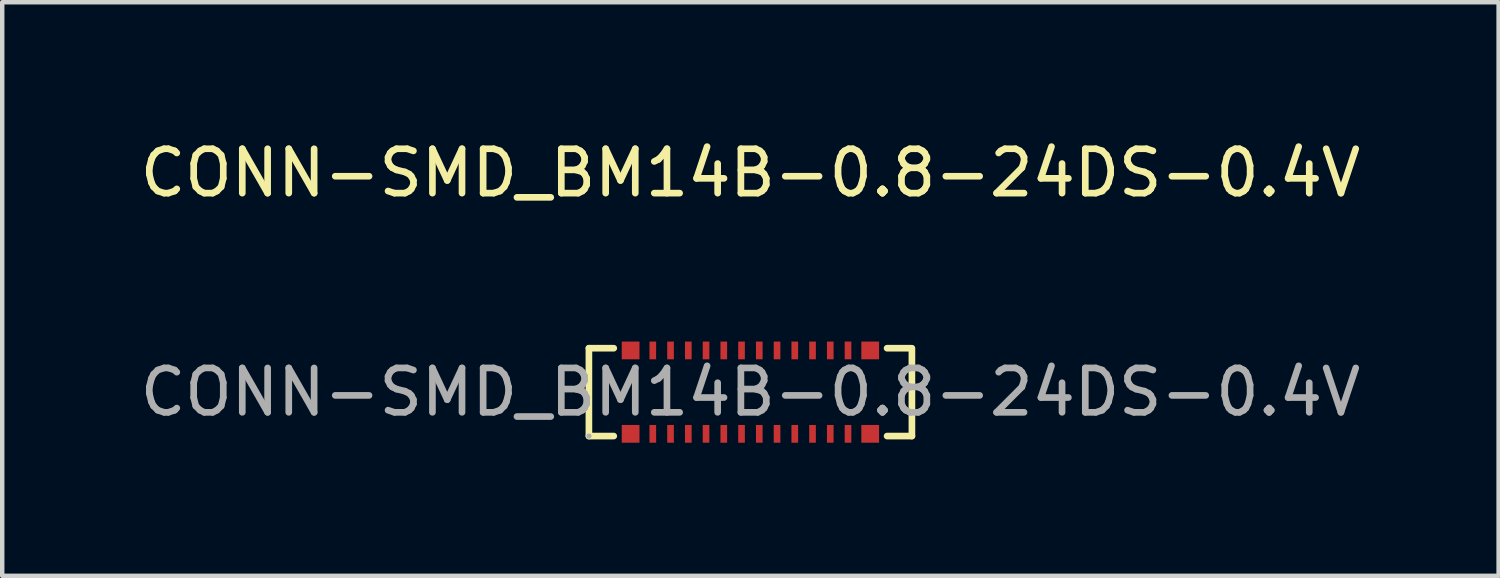
<source format=kicad_pcb>
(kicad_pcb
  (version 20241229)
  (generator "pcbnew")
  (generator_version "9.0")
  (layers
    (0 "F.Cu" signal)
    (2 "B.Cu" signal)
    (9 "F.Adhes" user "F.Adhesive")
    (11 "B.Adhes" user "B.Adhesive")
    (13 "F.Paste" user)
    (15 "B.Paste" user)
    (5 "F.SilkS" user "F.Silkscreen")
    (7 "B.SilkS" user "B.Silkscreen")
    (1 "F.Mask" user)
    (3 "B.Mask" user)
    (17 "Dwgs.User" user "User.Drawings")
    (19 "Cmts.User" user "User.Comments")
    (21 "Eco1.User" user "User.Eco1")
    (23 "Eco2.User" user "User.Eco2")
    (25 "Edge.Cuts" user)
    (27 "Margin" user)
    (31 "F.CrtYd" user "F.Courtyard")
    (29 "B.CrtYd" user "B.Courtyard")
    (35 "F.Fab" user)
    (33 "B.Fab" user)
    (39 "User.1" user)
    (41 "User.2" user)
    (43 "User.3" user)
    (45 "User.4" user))
  (footprint "CONN-SMD_BM14B-0.8-24DS-0.4V"
    (layer "F.Cu")
    (at 13.863 5.788)
    (property "Reference" "CONN-SMD_BM14B-0.8-24DS-0.4V" (at 0 -4.94 0) (layer "F.SilkS") (effects (font (size 1 1) (thickness 0.15))))
    (attr smd)
    (fp_line (start -3.64 -0.99) (end -3.08 -0.99) (stroke (width 0.15) (type solid)) (layer "F.SilkS"))
    (fp_line (start -3.64 0.99) (end -3.64 -0.99) (stroke (width 0.15) (type solid)) (layer "F.SilkS"))
    (fp_line (start -3.08 0.99) (end -3.64 0.99) (stroke (width 0.15) (type solid)) (layer "F.SilkS"))
    (fp_line (start 3.08 -0.99) (end 3.62 -0.99) (stroke (width 0.15) (type solid)) (layer "F.SilkS"))
    (fp_line (start 3.64 -0.99) (end 3.64 0.99) (stroke (width 0.15) (type solid)) (layer "F.SilkS"))
    (fp_line (start 3.64 0.99) (end 3.08 0.99) (stroke (width 0.15) (type solid)) (layer "F.SilkS"))
    (fp_circle (center -3.64 0.99) (end -3.61 0.99) (stroke (width 0.06) (type solid)) (fill no) (layer "F.Fab"))
    (fp_text user "${REFERENCE}" (at 0 0 0) (layer "F.Fab") (effects (font (size 1 1) (thickness 0.15))))
    (pad "1" smd rect (at -2.2 0.94 180) (size 0.15 0.4) (layers "F.Cu" "F.Mask" "F.Paste"))
    (pad "2" smd rect (at -1.8 0.94 180) (size 0.15 0.4) (layers "F.Cu" "F.Mask" "F.Paste"))
    (pad "3" smd rect (at -1.4 0.94 180) (size 0.15 0.4) (layers "F.Cu" "F.Mask" "F.Paste"))
    (pad "4" smd rect (at -1 0.94 180) (size 0.15 0.4) (layers "F.Cu" "F.Mask" "F.Paste"))
    (pad "5" smd rect (at -0.6 0.94 180) (size 0.15 0.4) (layers "F.Cu" "F.Mask" "F.Paste"))
    (pad "6" smd rect (at -0.2 0.94 180) (size 0.15 0.4) (layers "F.Cu" "F.Mask" "F.Paste"))
    (pad "7" smd rect (at 0.2 0.94 180) (size 0.15 0.4) (layers "F.Cu" "F.Mask" "F.Paste"))
    (pad "8" smd rect (at 0.6 0.94) (size 0.15 0.4) (layers "F.Cu" "F.Mask" "F.Paste"))
    (pad "9" smd rect (at 1 0.94) (size 0.15 0.4) (layers "F.Cu" "F.Mask" "F.Paste"))
    (pad "10" smd rect (at 1.4 0.94) (size 0.15 0.4) (layers "F.Cu" "F.Mask" "F.Paste"))
    (pad "11" smd rect (at 1.8 0.94) (size 0.15 0.4) (layers "F.Cu" "F.Mask" "F.Paste"))
    (pad "12" smd rect (at 2.2 0.94) (size 0.15 0.4) (layers "F.Cu" "F.Mask" "F.Paste"))
    (pad "13" smd rect (at 2.2 -0.94) (size 0.15 0.4) (layers "F.Cu" "F.Mask" "F.Paste"))
    (pad "14" smd rect (at 1.8 -0.94) (size 0.15 0.4) (layers "F.Cu" "F.Mask" "F.Paste"))
    (pad "15" smd rect (at 1.4 -0.94) (size 0.15 0.4) (layers "F.Cu" "F.Mask" "F.Paste"))
    (pad "16" smd rect (at 1 -0.94) (size 0.15 0.4) (layers "F.Cu" "F.Mask" "F.Paste"))
    (pad "17" smd rect (at 0.6 -0.94) (size 0.15 0.4) (layers "F.Cu" "F.Mask" "F.Paste"))
    (pad "18" smd rect (at 0.2 -0.94 180) (size 0.15 0.4) (layers "F.Cu" "F.Mask" "F.Paste"))
    (pad "19" smd rect (at -0.2 -0.94 180) (size 0.15 0.4) (layers "F.Cu" "F.Mask" "F.Paste"))
    (pad "20" smd rect (at -0.6 -0.94) (size 0.15 0.4) (layers "F.Cu" "F.Mask" "F.Paste"))
    (pad "21" smd rect (at -1 -0.94 180) (size 0.15 0.4) (layers "F.Cu" "F.Mask" "F.Paste"))
    (pad "22" smd rect (at -1.4 -0.94 180) (size 0.15 0.4) (layers "F.Cu" "F.Mask" "F.Paste"))
    (pad "23" smd rect (at -1.8 -0.94) (size 0.15 0.4) (layers "F.Cu" "F.Mask" "F.Paste"))
    (pad "24" smd rect (at -2.2 -0.94 180) (size 0.15 0.4) (layers "F.Cu" "F.Mask" "F.Paste"))
    (pad "SH1" smd rect (at -2.7 0.94) (size 0.4 0.4) (layers "F.Cu" "F.Mask" "F.Paste"))
    (pad "SH2" smd rect (at 2.7 0.94 180) (size 0.4 0.4) (layers "F.Cu" "F.Mask" "F.Paste"))
    (pad "SH3" smd rect (at 2.7 -0.94 180) (size 0.4 0.4) (layers "F.Cu" "F.Mask" "F.Paste"))
    (pad "SH4" smd rect (at -2.7 -0.94 180) (size 0.4 0.4) (layers "F.Cu" "F.Mask" "F.Paste")))
  (gr_rect
    (start -3 -3)
    (end 30.726 9.928)
    (stroke (width 0.1) (type default))
    (fill no)
    (layer "Edge.Cuts")))
</source>
